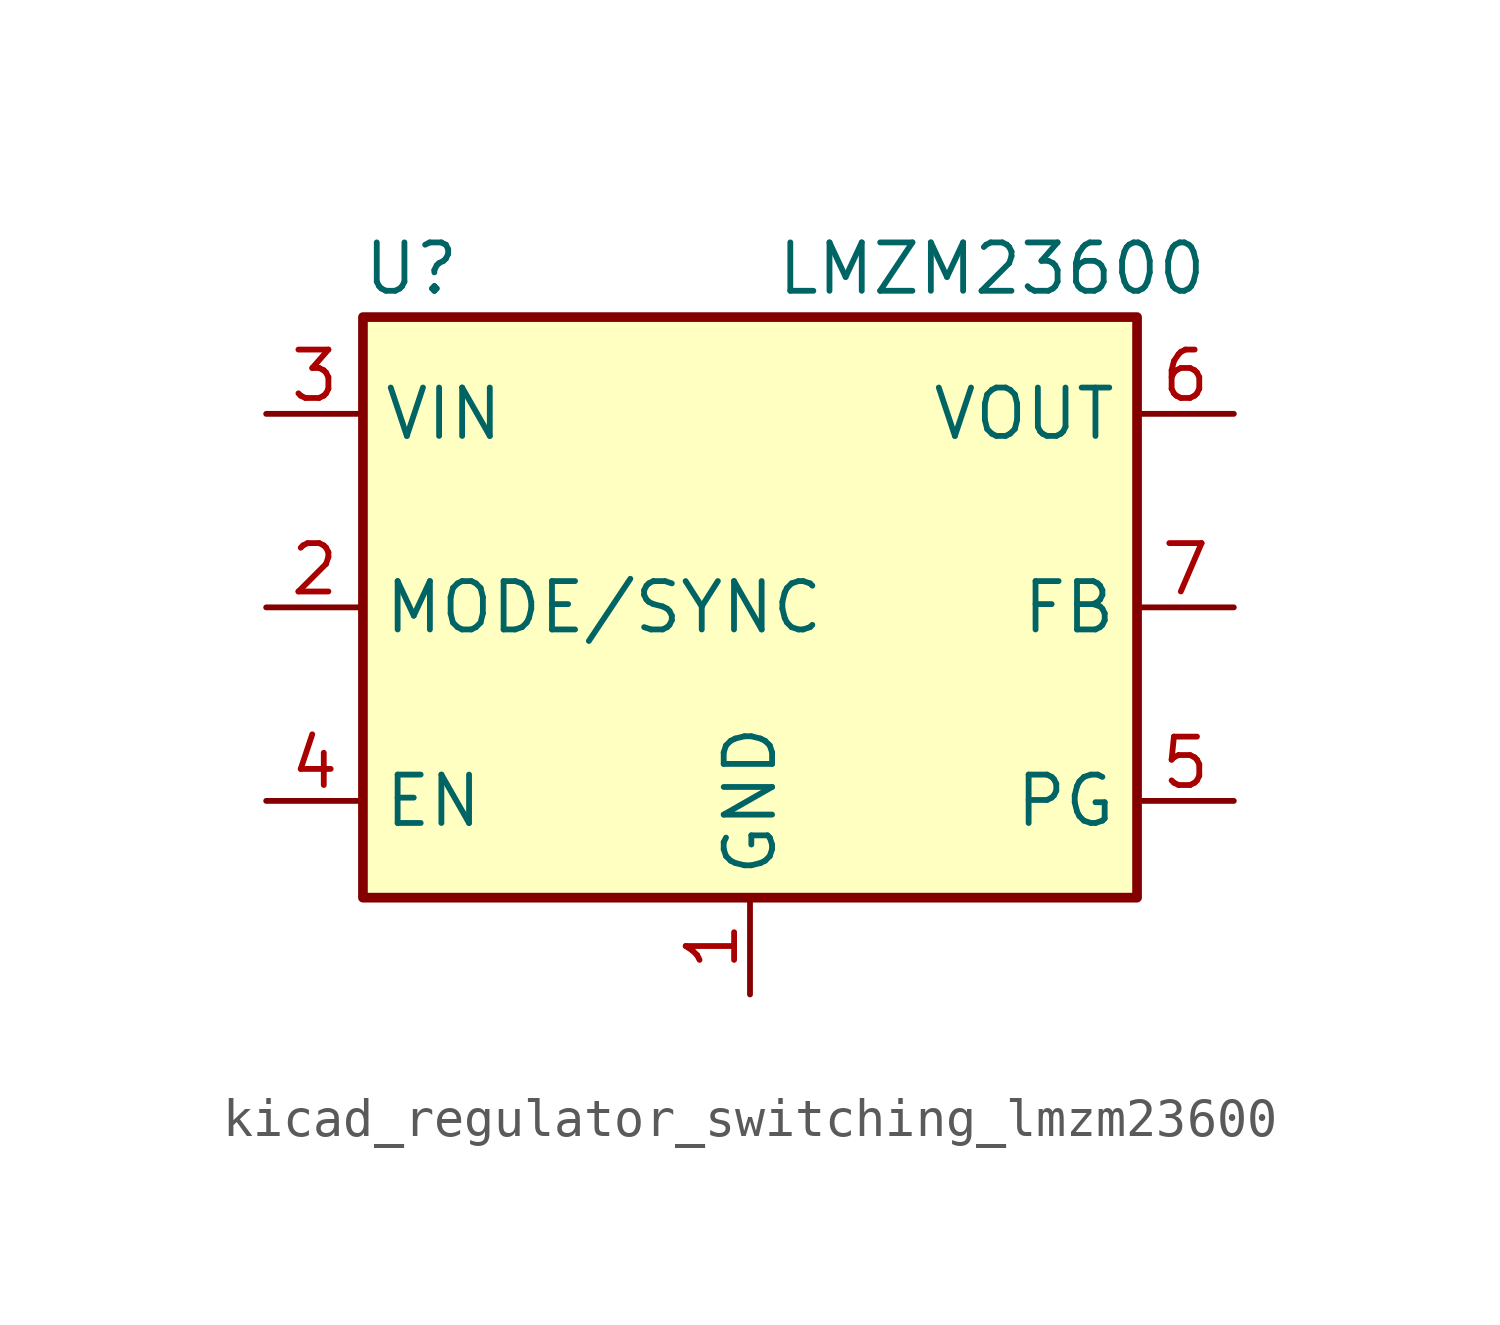
<source format=kicad_sym>
(kicad_symbol_lib
  (version 20220914)
  (generator kicad_symbol_editor)
  (symbol "kicad_regulator_switching_lmzm23600"
    (property "Reference" "U"
      (at -8.89 8.89 0)
      (effects (font (size 1.27 1.27))))
    (property "Value" "LMZM23600"
      (at 6.35 8.89 0)
      (effects (font (size 1.27 1.27))))
    (symbol "kicad_regulator_switching_lmzm23600_0_1"
      (rectangle (start -10.16 7.62) (end 10.16 -7.62) (stroke (width 0.254) (type default)) (fill (type background))))
    (symbol "kicad_regulator_switching_lmzm23600_1_1"
      (pin power_in line (at 0 -10.16 90) (length 2.54) (name "GND" (effects (font (size 1.27 1.27)))) (number "1" (effects (font (size 1.27 1.27)))))
      (pin no_connect line (at -2.54 -7.62 90) (length 2.54) hide (name "~" (effects (font (size 1.27 1.27)))) (number "10" (effects (font (size 1.27 1.27)))))
      (pin passive line (at 0 -10.16 90) (length 2.54) hide (name "GND" (effects (font (size 1.27 1.27)))) (number "11" (effects (font (size 1.27 1.27)))))
      (pin input line (at -12.7 0 0) (length 2.54) (name "MODE/SYNC" (effects (font (size 1.27 1.27)))) (number "2" (effects (font (size 1.27 1.27)))))
      (pin power_in line (at -12.7 5.08 0) (length 2.54) (name "VIN" (effects (font (size 1.27 1.27)))) (number "3" (effects (font (size 1.27 1.27)))))
      (pin input line (at -12.7 -5.08 0) (length 2.54) (name "EN" (effects (font (size 1.27 1.27)))) (number "4" (effects (font (size 1.27 1.27)))))
      (pin open_collector line (at 12.7 -5.08 180) (length 2.54) (name "PG" (effects (font (size 1.27 1.27)))) (number "5" (effects (font (size 1.27 1.27)))))
      (pin power_out line (at 12.7 5.08 180) (length 2.54) (name "VOUT" (effects (font (size 1.27 1.27)))) (number "6" (effects (font (size 1.27 1.27)))))
      (pin input line (at 12.7 0 180) (length 2.54) (name "FB" (effects (font (size 1.27 1.27)))) (number "7" (effects (font (size 1.27 1.27)))))
      (pin no_connect line (at 5.08 -7.62 90) (length 2.54) hide (name "~" (effects (font (size 1.27 1.27)))) (number "8" (effects (font (size 1.27 1.27)))))
      (pin no_connect line (at 2.54 -7.62 90) (length 2.54) hide (name "~" (effects (font (size 1.27 1.27)))) (number "9" (effects (font (size 1.27 1.27))))))))
</source>
